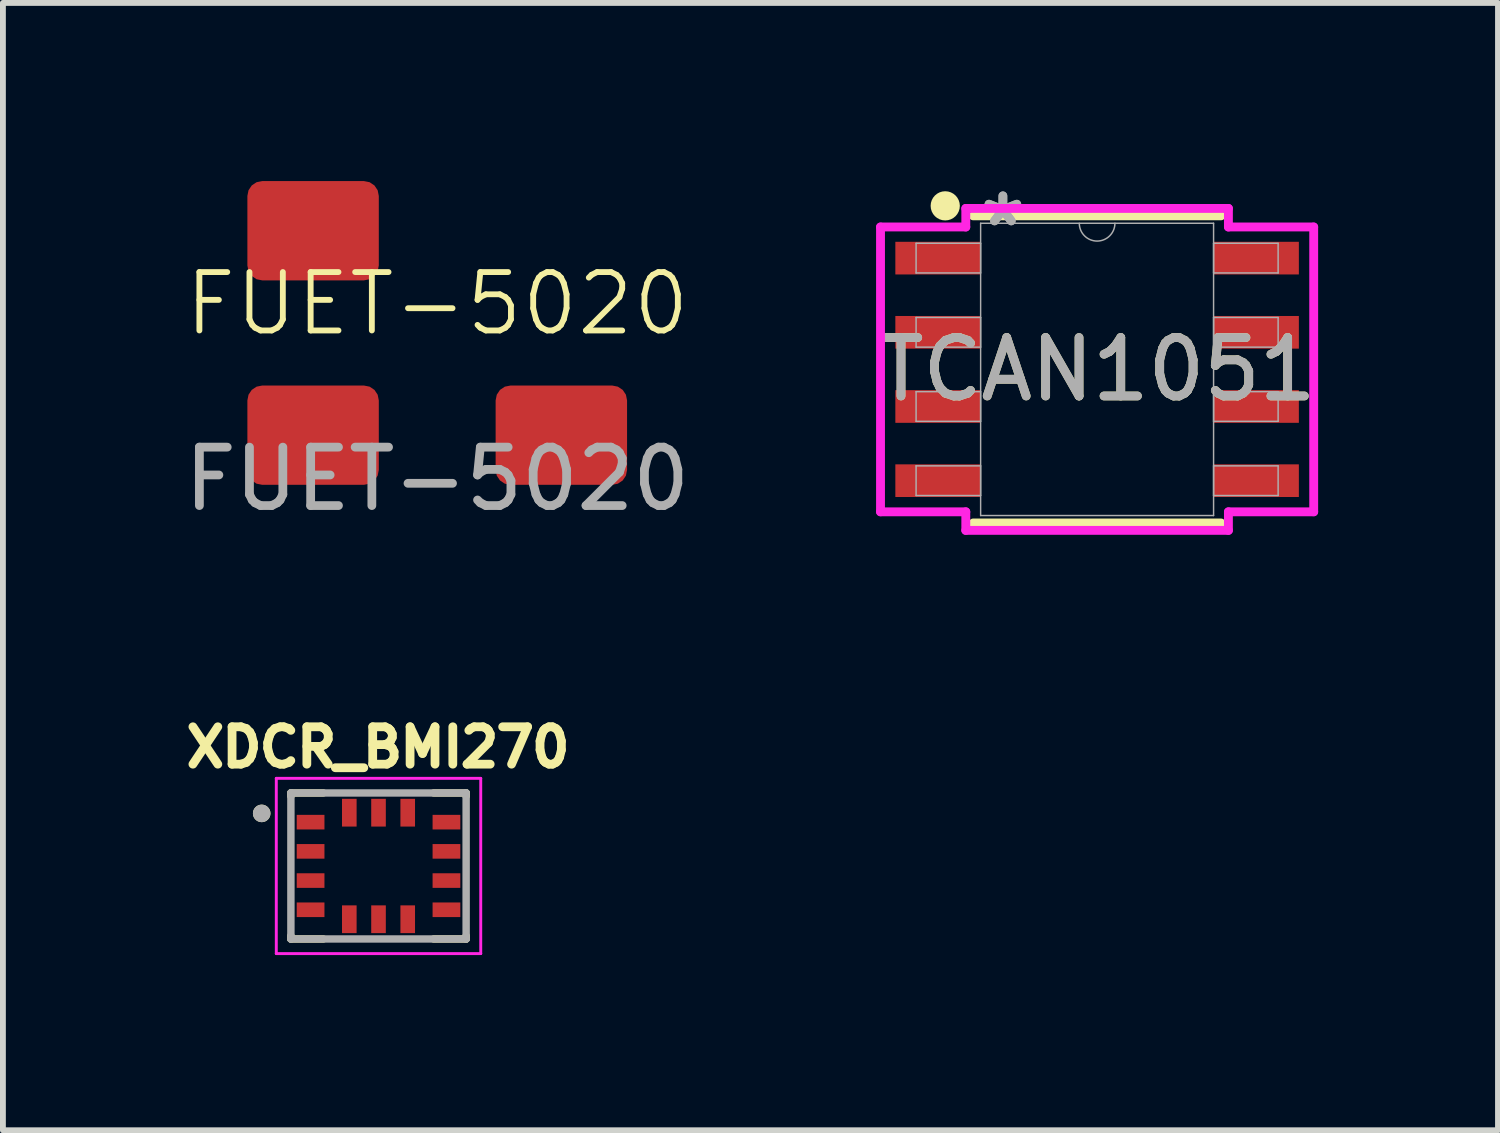
<source format=kicad_pcb>
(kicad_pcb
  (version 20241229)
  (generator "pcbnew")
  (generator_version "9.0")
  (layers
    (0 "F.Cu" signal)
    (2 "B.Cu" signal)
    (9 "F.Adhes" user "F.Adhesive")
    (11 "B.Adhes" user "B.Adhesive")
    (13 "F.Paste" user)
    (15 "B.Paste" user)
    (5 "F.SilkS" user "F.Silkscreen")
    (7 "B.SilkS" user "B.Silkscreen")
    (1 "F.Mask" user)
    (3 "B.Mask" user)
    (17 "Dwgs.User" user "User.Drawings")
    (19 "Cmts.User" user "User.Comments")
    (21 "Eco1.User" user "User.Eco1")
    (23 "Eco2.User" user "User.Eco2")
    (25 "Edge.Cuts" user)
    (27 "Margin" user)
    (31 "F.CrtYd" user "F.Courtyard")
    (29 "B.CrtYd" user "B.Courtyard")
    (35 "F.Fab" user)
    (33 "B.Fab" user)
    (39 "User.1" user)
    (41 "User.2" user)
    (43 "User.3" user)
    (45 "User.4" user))
  (footprint "XDCR_BMI270"
    (layer "F.Cu")
    (at 3.43 11.775)
    (property "Reference" "XDCR_BMI270" (at -0.008 -2.031 0) (layer "F.SilkS") (effects (font (size 0.64 0.64) (thickness 0.15))))
    (attr smd)
    (fp_line (start -1.5 -1.25) (end -1.5 -1.195) (stroke (width 0.127) (type solid)) (layer "F.SilkS"))
    (fp_line (start -1.5 -1.25) (end -0.945 -1.25) (stroke (width 0.127) (type solid)) (layer "F.SilkS"))
    (fp_line (start -1.5 1.195) (end -1.5 1.25) (stroke (width 0.127) (type solid)) (layer "F.SilkS"))
    (fp_line (start -1.5 1.25) (end -0.945 1.25) (stroke (width 0.127) (type solid)) (layer "F.SilkS"))
    (fp_line (start 0.945 -1.25) (end 1.5 -1.25) (stroke (width 0.127) (type solid)) (layer "F.SilkS"))
    (fp_line (start 0.945 1.25) (end 1.5 1.25) (stroke (width 0.127) (type solid)) (layer "F.SilkS"))
    (fp_line (start 1.5 -1.25) (end 1.5 -1.195) (stroke (width 0.127) (type solid)) (layer "F.SilkS"))
    (fp_line (start 1.5 1.195) (end 1.5 1.25) (stroke (width 0.127) (type solid)) (layer "F.SilkS"))
    (fp_circle (center -2 -0.9) (end -1.925 -0.9) (stroke (width 0.15) (type solid)) (fill no) (layer "F.SilkS"))
    (fp_line (start -1.75 -1.5) (end 1.75 -1.5) (stroke (width 0.05) (type solid)) (layer "F.CrtYd"))
    (fp_line (start -1.75 1.5) (end -1.75 -1.5) (stroke (width 0.05) (type solid)) (layer "F.CrtYd"))
    (fp_line (start 1.75 -1.5) (end 1.75 1.5) (stroke (width 0.05) (type solid)) (layer "F.CrtYd"))
    (fp_line (start 1.75 1.5) (end -1.75 1.5) (stroke (width 0.05) (type solid)) (layer "F.CrtYd"))
    (fp_line (start -1.5 -1.25) (end -1.5 1.25) (stroke (width 0.127) (type solid)) (layer "F.Fab"))
    (fp_line (start -1.5 1.25) (end 1.5 1.25) (stroke (width 0.127) (type solid)) (layer "F.Fab"))
    (fp_line (start 1.5 -1.25) (end -1.5 -1.25) (stroke (width 0.127) (type solid)) (layer "F.Fab"))
    (fp_line (start 1.5 1.25) (end 1.5 -1.25) (stroke (width 0.127) (type solid)) (layer "F.Fab"))
    (fp_circle (center -2 -0.9) (end -1.925 -0.9) (stroke (width 0.15) (type solid)) (fill no) (layer "F.Fab"))
    (pad "1" smd rect (at -1.163 -0.75) (size 0.475 0.25) (layers "F.Cu" "F.Mask" "F.Paste"))
    (pad "2" smd rect (at -1.163 -0.25) (size 0.475 0.25) (layers "F.Cu" "F.Mask" "F.Paste"))
    (pad "3" smd rect (at -1.163 0.25) (size 0.475 0.25) (layers "F.Cu" "F.Mask" "F.Paste"))
    (pad "4" smd rect (at -1.163 0.75) (size 0.475 0.25) (layers "F.Cu" "F.Mask" "F.Paste"))
    (pad "5" smd rect (at -0.5 0.912) (size 0.25 0.475) (layers "F.Cu" "F.Mask" "F.Paste"))
    (pad "6" smd rect (at 0 0.912) (size 0.25 0.475) (layers "F.Cu" "F.Mask" "F.Paste"))
    (pad "7" smd rect (at 0.5 0.912) (size 0.25 0.475) (layers "F.Cu" "F.Mask" "F.Paste"))
    (pad "8" smd rect (at 1.163 0.75) (size 0.475 0.25) (layers "F.Cu" "F.Mask" "F.Paste"))
    (pad "9" smd rect (at 1.163 0.25) (size 0.475 0.25) (layers "F.Cu" "F.Mask" "F.Paste"))
    (pad "10" smd rect (at 1.163 -0.25) (size 0.475 0.25) (layers "F.Cu" "F.Mask" "F.Paste"))
    (pad "11" smd rect (at 1.163 -0.75) (size 0.475 0.25) (layers "F.Cu" "F.Mask" "F.Paste"))
    (pad "12" smd rect (at 0.5 -0.912) (size 0.25 0.475) (layers "F.Cu" "F.Mask" "F.Paste"))
    (pad "13" smd rect (at 0 -0.912) (size 0.25 0.475) (layers "F.Cu" "F.Mask" "F.Paste"))
    (pad "14" smd rect (at -0.5 -0.912) (size 0.25 0.475) (layers "F.Cu" "F.Mask" "F.Paste")))
  (footprint "TCAN1051"
    (layer "F.Cu")
    (at 15.732 3.274)
    (property "Reference" "TCAN1051" (at 0 0 0) (unlocked yes) (layer "F.SilkS") (effects (font (size 1 1) (thickness 0.15))))
    (attr smd)
    (fp_line (start -2.121 2.629) (end 2.121 2.629) (stroke (width 0.152) (type solid)) (layer "F.SilkS"))
    (fp_line (start 2.121 -2.629) (end -2.121 -2.629) (stroke (width 0.152) (type solid)) (layer "F.SilkS"))
    (fp_circle (center -2.6 -2.8) (end -2.475 -2.8) (stroke (width 0.25) (type solid)) (fill no) (layer "F.SilkS"))
    (fp_line (start -3.708 -2.438) (end -2.248 -2.438) (stroke (width 0.152) (type solid)) (layer "F.CrtYd"))
    (fp_line (start -3.708 2.438) (end -3.708 -2.438) (stroke (width 0.152) (type solid)) (layer "F.CrtYd"))
    (fp_line (start -3.708 2.438) (end -2.248 2.438) (stroke (width 0.152) (type solid)) (layer "F.CrtYd"))
    (fp_line (start -2.248 -2.756) (end 2.248 -2.756) (stroke (width 0.152) (type solid)) (layer "F.CrtYd"))
    (fp_line (start -2.248 -2.438) (end -2.248 -2.756) (stroke (width 0.152) (type solid)) (layer "F.CrtYd"))
    (fp_line (start -2.248 2.756) (end -2.248 2.438) (stroke (width 0.152) (type solid)) (layer "F.CrtYd"))
    (fp_line (start 2.248 -2.756) (end 2.248 -2.438) (stroke (width 0.152) (type solid)) (layer "F.CrtYd"))
    (fp_line (start 2.248 2.438) (end 2.248 2.756) (stroke (width 0.152) (type solid)) (layer "F.CrtYd"))
    (fp_line (start 2.248 2.756) (end -2.248 2.756) (stroke (width 0.152) (type solid)) (layer "F.CrtYd"))
    (fp_line (start 3.708 -2.438) (end 2.248 -2.438) (stroke (width 0.152) (type solid)) (layer "F.CrtYd"))
    (fp_line (start 3.708 -2.438) (end 3.708 2.438) (stroke (width 0.152) (type solid)) (layer "F.CrtYd"))
    (fp_line (start 3.708 2.438) (end 2.248 2.438) (stroke (width 0.152) (type solid)) (layer "F.CrtYd"))
    (fp_line (start -3.099 -2.159) (end -3.099 -1.651) (stroke (width 0.025) (type solid)) (layer "F.Fab"))
    (fp_line (start -3.099 -1.651) (end -1.994 -1.651) (stroke (width 0.025) (type solid)) (layer "F.Fab"))
    (fp_line (start -3.099 -0.889) (end -3.099 -0.381) (stroke (width 0.025) (type solid)) (layer "F.Fab"))
    (fp_line (start -3.099 -0.381) (end -1.994 -0.381) (stroke (width 0.025) (type solid)) (layer "F.Fab"))
    (fp_line (start -3.099 0.381) (end -3.099 0.889) (stroke (width 0.025) (type solid)) (layer "F.Fab"))
    (fp_line (start -3.099 0.889) (end -1.994 0.889) (stroke (width 0.025) (type solid)) (layer "F.Fab"))
    (fp_line (start -3.099 1.651) (end -3.099 2.159) (stroke (width 0.025) (type solid)) (layer "F.Fab"))
    (fp_line (start -3.099 2.159) (end -1.994 2.159) (stroke (width 0.025) (type solid)) (layer "F.Fab"))
    (fp_line (start -1.994 -2.502) (end -1.994 2.502) (stroke (width 0.025) (type solid)) (layer "F.Fab"))
    (fp_line (start -1.994 -2.159) (end -3.099 -2.159) (stroke (width 0.025) (type solid)) (layer "F.Fab"))
    (fp_line (start -1.994 -1.651) (end -1.994 -2.159) (stroke (width 0.025) (type solid)) (layer "F.Fab"))
    (fp_line (start -1.994 -0.889) (end -3.099 -0.889) (stroke (width 0.025) (type solid)) (layer "F.Fab"))
    (fp_line (start -1.994 -0.381) (end -1.994 -0.889) (stroke (width 0.025) (type solid)) (layer "F.Fab"))
    (fp_line (start -1.994 0.381) (end -3.099 0.381) (stroke (width 0.025) (type solid)) (layer "F.Fab"))
    (fp_line (start -1.994 0.889) (end -1.994 0.381) (stroke (width 0.025) (type solid)) (layer "F.Fab"))
    (fp_line (start -1.994 1.651) (end -3.099 1.651) (stroke (width 0.025) (type solid)) (layer "F.Fab"))
    (fp_line (start -1.994 2.159) (end -1.994 1.651) (stroke (width 0.025) (type solid)) (layer "F.Fab"))
    (fp_line (start -1.994 2.502) (end 1.994 2.502) (stroke (width 0.025) (type solid)) (layer "F.Fab"))
    (fp_line (start 1.994 -2.502) (end -1.994 -2.502) (stroke (width 0.025) (type solid)) (layer "F.Fab"))
    (fp_line (start 1.994 -2.159) (end 1.994 -1.651) (stroke (width 0.025) (type solid)) (layer "F.Fab"))
    (fp_line (start 1.994 -1.651) (end 3.099 -1.651) (stroke (width 0.025) (type solid)) (layer "F.Fab"))
    (fp_line (start 1.994 -0.889) (end 1.994 -0.381) (stroke (width 0.025) (type solid)) (layer "F.Fab"))
    (fp_line (start 1.994 -0.381) (end 3.099 -0.381) (stroke (width 0.025) (type solid)) (layer "F.Fab"))
    (fp_line (start 1.994 0.381) (end 1.994 0.889) (stroke (width 0.025) (type solid)) (layer "F.Fab"))
    (fp_line (start 1.994 0.889) (end 3.099 0.889) (stroke (width 0.025) (type solid)) (layer "F.Fab"))
    (fp_line (start 1.994 1.651) (end 1.994 2.159) (stroke (width 0.025) (type solid)) (layer "F.Fab"))
    (fp_line (start 1.994 2.159) (end 3.099 2.159) (stroke (width 0.025) (type solid)) (layer "F.Fab"))
    (fp_line (start 1.994 2.502) (end 1.994 -2.502) (stroke (width 0.025) (type solid)) (layer "F.Fab"))
    (fp_line (start 3.099 -2.159) (end 1.994 -2.159) (stroke (width 0.025) (type solid)) (layer "F.Fab"))
    (fp_line (start 3.099 -1.651) (end 3.099 -2.159) (stroke (width 0.025) (type solid)) (layer "F.Fab"))
    (fp_line (start 3.099 -0.889) (end 1.994 -0.889) (stroke (width 0.025) (type solid)) (layer "F.Fab"))
    (fp_line (start 3.099 -0.381) (end 3.099 -0.889) (stroke (width 0.025) (type solid)) (layer "F.Fab"))
    (fp_line (start 3.099 0.381) (end 1.994 0.381) (stroke (width 0.025) (type solid)) (layer "F.Fab"))
    (fp_line (start 3.099 0.889) (end 3.099 0.381) (stroke (width 0.025) (type solid)) (layer "F.Fab"))
    (fp_line (start 3.099 1.651) (end 1.994 1.651) (stroke (width 0.025) (type solid)) (layer "F.Fab"))
    (fp_line (start 3.099 2.159) (end 3.099 1.651) (stroke (width 0.025) (type solid)) (layer "F.Fab"))
    (fp_arc (start 0.3048 -2.5019) (mid 0 -2.1971) (end -0.3048 -2.5019) (stroke (width 0.0254) (type solid)) (layer "F.Fab"))
    (fp_text user "${REFERENCE}" (at 0 0 0) (unlocked yes) (layer "F.Fab") (effects (font (size 1 1) (thickness 0.15))))
    (fp_text user "*" (at -1.613 -2.426 0) (layer "F.Fab") (effects (font (size 1 1) (thickness 0.15))))
    (fp_text user "*" (at -1.613 -2.426 0) (unlocked yes) (layer "F.Fab") (effects (font (size 1 1) (thickness 0.15))))
    (pad "1" smd rect (at -2.724 -1.905) (size 1.46 0.559) (layers "F.Cu" "F.Mask" "F.Paste"))
    (pad "2" smd rect (at -2.724 -0.635) (size 1.46 0.559) (layers "F.Cu" "F.Mask" "F.Paste"))
    (pad "3" smd rect (at -2.724 0.635) (size 1.46 0.559) (layers "F.Cu" "F.Mask" "F.Paste"))
    (pad "4" smd rect (at -2.724 1.905) (size 1.46 0.559) (layers "F.Cu" "F.Mask" "F.Paste"))
    (pad "5" smd rect (at 2.724 1.905) (size 1.46 0.559) (layers "F.Cu" "F.Mask" "F.Paste"))
    (pad "6" smd rect (at 2.724 0.635) (size 1.46 0.559) (layers "F.Cu" "F.Mask" "F.Paste"))
    (pad "7" smd rect (at 2.724 -0.635) (size 1.46 0.559) (layers "F.Cu" "F.Mask" "F.Paste"))
    (pad "8" smd rect (at 2.724 -1.905) (size 1.46 0.559) (layers "F.Cu" "F.Mask" "F.Paste")))
  (footprint "FUET-5020"
    (layer "F.Cu")
    (at 4.435 2.65)
    (property "Reference" "FUET-5020" (at 0 -0.5 0) (unlocked yes) (layer "F.SilkS") (effects (font (size 1 1) (thickness 0.1))))
    (attr smd)
    (fp_rect (start -3.25 -2.6) (end 3.25 2.6) (stroke (width 0.1) (type default)) (fill no) (layer "Margin"))
    (fp_text user "${REFERENCE}" (at 0 2.5 0) (unlocked yes) (layer "F.Fab") (effects (font (size 1 1) (thickness 0.15))))
    (pad "1" smd roundrect (at -2.125 1.75) (size 2.25 1.7) (layers "F.Cu" "F.Mask" "F.Paste") (roundrect_rratio 0.15))
    (pad "2" smd roundrect (at 2.125 1.75) (size 2.25 1.7) (layers "F.Cu" "F.Mask" "F.Paste") (roundrect_rratio 0.15))
    (pad "3" smd roundrect (at -2.125 -1.75) (size 2.25 1.7) (layers "F.Cu" "F.Mask" "F.Paste") (roundrect_rratio 0.15)))
  (gr_rect
    (start -3 -3)
    (end 22.595 16.3)
    (stroke (width 0.1) (type default))
    (fill no)
    (layer "Edge.Cuts")))
</source>
